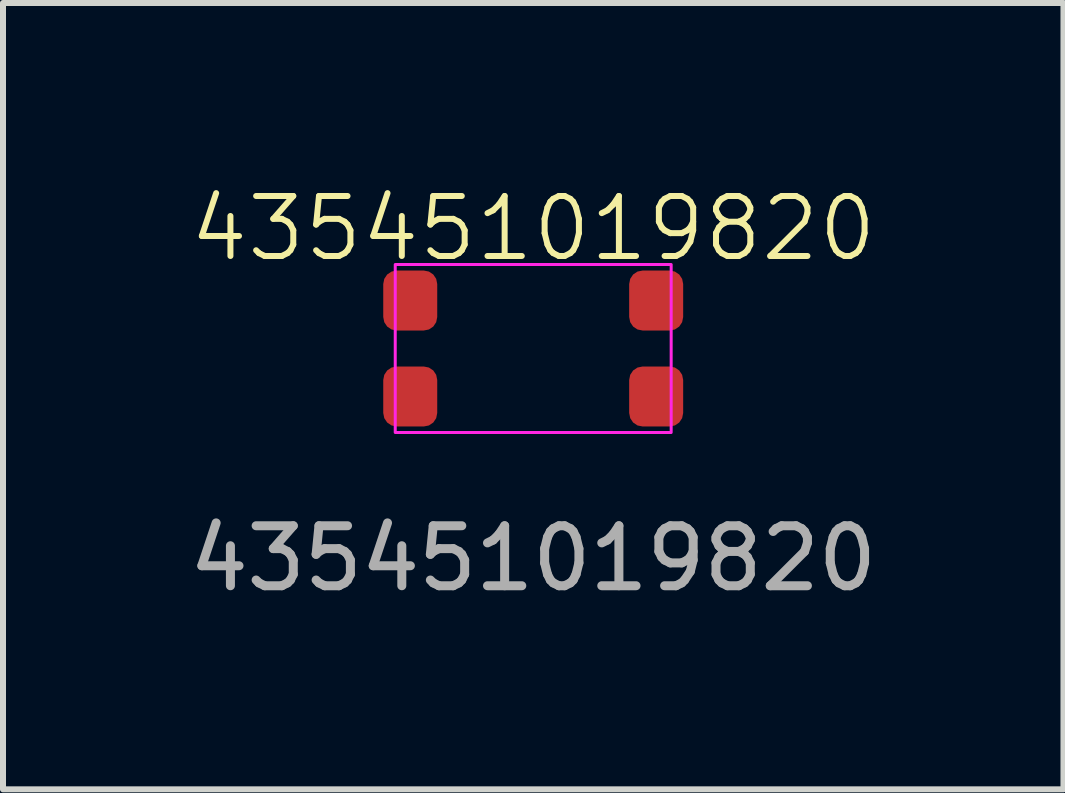
<source format=kicad_pcb>
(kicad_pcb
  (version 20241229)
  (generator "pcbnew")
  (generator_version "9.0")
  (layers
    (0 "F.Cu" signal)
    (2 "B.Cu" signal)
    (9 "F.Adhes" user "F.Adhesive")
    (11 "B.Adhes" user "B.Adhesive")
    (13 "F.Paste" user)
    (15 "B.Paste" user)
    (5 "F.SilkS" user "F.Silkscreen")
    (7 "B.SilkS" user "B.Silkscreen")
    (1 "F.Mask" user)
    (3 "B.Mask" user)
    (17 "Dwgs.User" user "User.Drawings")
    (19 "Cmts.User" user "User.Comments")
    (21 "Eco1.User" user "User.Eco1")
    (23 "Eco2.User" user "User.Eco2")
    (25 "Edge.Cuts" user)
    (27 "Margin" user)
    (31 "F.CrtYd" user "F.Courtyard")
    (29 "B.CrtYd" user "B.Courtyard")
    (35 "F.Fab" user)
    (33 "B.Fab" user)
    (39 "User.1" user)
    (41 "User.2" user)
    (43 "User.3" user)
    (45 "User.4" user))
  (footprint "435451019820"
    (layer "F.Cu")
    (at 5.839 2.76)
    (property "Reference" "435451019820" (at 0 -2 0) (unlocked yes) (layer "F.SilkS") (effects (font (size 1 1) (thickness 0.1))))
    (attr smd)
    (fp_rect (start -2.3 -1.4) (end 2.3 1.4) (stroke (width 0.05) (type default)) (fill no) (layer "F.CrtYd"))
    (fp_text user "${REFERENCE}" (at 0 3.5 0) (unlocked yes) (layer "F.Fab") (effects (font (size 1 1) (thickness 0.15))))
    (pad "1" smd roundrect (at -2.05 -0.8) (size 0.9 1) (layers "F.Cu" "F.Mask" "F.Paste") (roundrect_rratio 0.25))
    (pad "1" smd roundrect (at 2.05 -0.8) (size 0.9 1) (layers "F.Cu" "F.Mask" "F.Paste") (roundrect_rratio 0.25))
    (pad "2" smd roundrect (at -2.05 0.8) (size 0.9 1) (layers "F.Cu" "F.Mask" "F.Paste") (roundrect_rratio 0.25))
    (pad "2" smd roundrect (at 2.05 0.8) (size 0.9 1) (layers "F.Cu" "F.Mask" "F.Paste") (roundrect_rratio 0.25)))
  (gr_rect
    (start -3 -3)
    (end 14.679 10.109)
    (stroke (width 0.1) (type default))
    (fill no)
    (layer "Edge.Cuts")))
</source>
